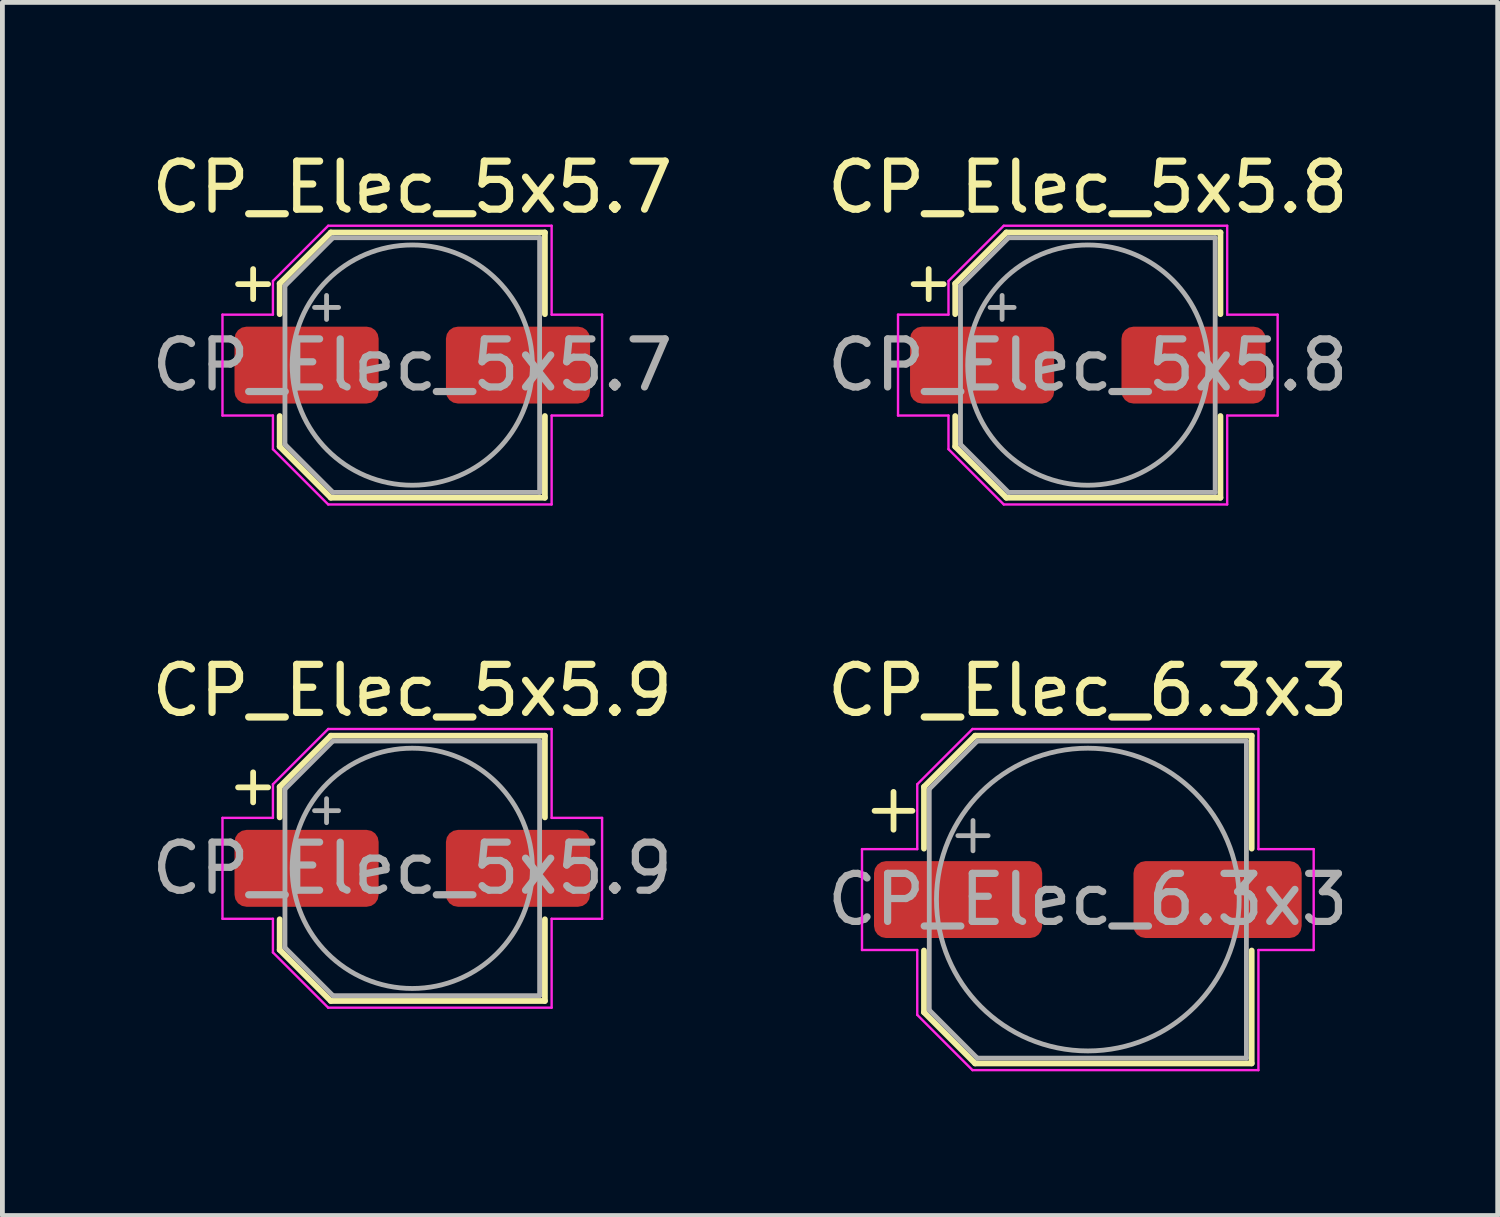
<source format=kicad_pcb>
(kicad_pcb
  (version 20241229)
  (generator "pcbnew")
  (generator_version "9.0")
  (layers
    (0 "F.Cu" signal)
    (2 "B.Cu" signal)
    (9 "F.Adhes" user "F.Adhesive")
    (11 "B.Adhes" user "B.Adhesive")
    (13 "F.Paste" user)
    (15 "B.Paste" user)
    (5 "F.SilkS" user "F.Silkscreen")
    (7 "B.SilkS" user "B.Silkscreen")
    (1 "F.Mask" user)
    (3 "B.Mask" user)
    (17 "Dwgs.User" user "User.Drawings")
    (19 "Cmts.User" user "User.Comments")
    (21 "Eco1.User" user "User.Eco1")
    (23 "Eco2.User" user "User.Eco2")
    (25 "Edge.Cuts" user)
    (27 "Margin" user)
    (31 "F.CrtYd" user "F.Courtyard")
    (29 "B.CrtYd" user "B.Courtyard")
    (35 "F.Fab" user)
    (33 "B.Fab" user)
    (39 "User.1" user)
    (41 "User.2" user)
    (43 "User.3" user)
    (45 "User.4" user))
  (footprint "CP_Elec_5x5.9"
    (layer "F.Cu")
    (at 5.53 15.021)
    (property "Reference" "CP_Elec_5x5.9" (at 0 -3.7 0) (layer "F.SilkS") (effects (font (size 1 1) (thickness 0.15))))
    (attr smd)
    (fp_line (start -3.625 -1.685) (end -3 -1.685) (stroke (width 0.12) (type solid)) (layer "F.SilkS"))
    (fp_line (start -3.312 -1.998) (end -3.312 -1.373) (stroke (width 0.12) (type solid)) (layer "F.SilkS"))
    (fp_line (start -2.76 -1.696) (end -2.76 -1.06) (stroke (width 0.12) (type solid)) (layer "F.SilkS"))
    (fp_line (start -2.76 -1.696) (end -1.696 -2.76) (stroke (width 0.12) (type solid)) (layer "F.SilkS"))
    (fp_line (start -2.76 1.696) (end -2.76 1.06) (stroke (width 0.12) (type solid)) (layer "F.SilkS"))
    (fp_line (start -2.76 1.696) (end -1.696 2.76) (stroke (width 0.12) (type solid)) (layer "F.SilkS"))
    (fp_line (start -1.696 -2.76) (end 2.76 -2.76) (stroke (width 0.12) (type solid)) (layer "F.SilkS"))
    (fp_line (start -1.696 2.76) (end 2.76 2.76) (stroke (width 0.12) (type solid)) (layer "F.SilkS"))
    (fp_line (start 2.76 -2.76) (end 2.76 -1.06) (stroke (width 0.12) (type solid)) (layer "F.SilkS"))
    (fp_line (start 2.76 2.76) (end 2.76 1.06) (stroke (width 0.12) (type solid)) (layer "F.SilkS"))
    (fp_line (start -3.95 -1.05) (end -3.95 1.05) (stroke (width 0.05) (type solid)) (layer "F.CrtYd"))
    (fp_line (start -3.95 1.05) (end -2.9 1.05) (stroke (width 0.05) (type solid)) (layer "F.CrtYd"))
    (fp_line (start -2.9 -1.75) (end -2.9 -1.05) (stroke (width 0.05) (type solid)) (layer "F.CrtYd"))
    (fp_line (start -2.9 -1.75) (end -1.75 -2.9) (stroke (width 0.05) (type solid)) (layer "F.CrtYd"))
    (fp_line (start -2.9 -1.05) (end -3.95 -1.05) (stroke (width 0.05) (type solid)) (layer "F.CrtYd"))
    (fp_line (start -2.9 1.05) (end -2.9 1.75) (stroke (width 0.05) (type solid)) (layer "F.CrtYd"))
    (fp_line (start -2.9 1.75) (end -1.75 2.9) (stroke (width 0.05) (type solid)) (layer "F.CrtYd"))
    (fp_line (start -1.75 -2.9) (end 2.9 -2.9) (stroke (width 0.05) (type solid)) (layer "F.CrtYd"))
    (fp_line (start -1.75 2.9) (end 2.9 2.9) (stroke (width 0.05) (type solid)) (layer "F.CrtYd"))
    (fp_line (start 2.9 -2.9) (end 2.9 -1.05) (stroke (width 0.05) (type solid)) (layer "F.CrtYd"))
    (fp_line (start 2.9 -1.05) (end 3.95 -1.05) (stroke (width 0.05) (type solid)) (layer "F.CrtYd"))
    (fp_line (start 2.9 1.05) (end 2.9 2.9) (stroke (width 0.05) (type solid)) (layer "F.CrtYd"))
    (fp_line (start 3.95 -1.05) (end 3.95 1.05) (stroke (width 0.05) (type solid)) (layer "F.CrtYd"))
    (fp_line (start 3.95 1.05) (end 2.9 1.05) (stroke (width 0.05) (type solid)) (layer "F.CrtYd"))
    (fp_line (start -2.65 -1.65) (end -2.65 1.65) (stroke (width 0.1) (type solid)) (layer "F.Fab"))
    (fp_line (start -2.65 -1.65) (end -1.65 -2.65) (stroke (width 0.1) (type solid)) (layer "F.Fab"))
    (fp_line (start -2.65 1.65) (end -1.65 2.65) (stroke (width 0.1) (type solid)) (layer "F.Fab"))
    (fp_line (start -2.034 -1.2) (end -1.534 -1.2) (stroke (width 0.1) (type solid)) (layer "F.Fab"))
    (fp_line (start -1.784 -1.45) (end -1.784 -0.95) (stroke (width 0.1) (type solid)) (layer "F.Fab"))
    (fp_line (start -1.65 -2.65) (end 2.65 -2.65) (stroke (width 0.1) (type solid)) (layer "F.Fab"))
    (fp_line (start -1.65 2.65) (end 2.65 2.65) (stroke (width 0.1) (type solid)) (layer "F.Fab"))
    (fp_line (start 2.65 -2.65) (end 2.65 2.65) (stroke (width 0.1) (type solid)) (layer "F.Fab"))
    (fp_circle (center 0 0) (end 2.5 0) (stroke (width 0.1) (type solid)) (fill no) (layer "F.Fab"))
    (fp_text user "${REFERENCE}" (at 0 0 0) (layer "F.Fab") (effects (font (size 1 1) (thickness 0.15))))
    (pad "1" smd roundrect (at -2.2 0) (size 3 1.6) (layers "F.Cu" "F.Mask" "F.Paste") (roundrect_rratio 0.156))
    (pad "2" smd roundrect (at 2.2 0) (size 3 1.6) (layers "F.Cu" "F.Mask" "F.Paste") (roundrect_rratio 0.156)))
  (footprint "CP_Elec_5x5.7"
    (layer "F.Cu")
    (at 5.53 4.548)
    (property "Reference" "CP_Elec_5x5.7" (at 0 -3.7 0) (layer "F.SilkS") (effects (font (size 1 1) (thickness 0.15))))
    (attr smd)
    (fp_line (start -3.625 -1.685) (end -3 -1.685) (stroke (width 0.12) (type solid)) (layer "F.SilkS"))
    (fp_line (start -3.312 -1.998) (end -3.312 -1.373) (stroke (width 0.12) (type solid)) (layer "F.SilkS"))
    (fp_line (start -2.76 -1.696) (end -2.76 -1.06) (stroke (width 0.12) (type solid)) (layer "F.SilkS"))
    (fp_line (start -2.76 -1.696) (end -1.696 -2.76) (stroke (width 0.12) (type solid)) (layer "F.SilkS"))
    (fp_line (start -2.76 1.696) (end -2.76 1.06) (stroke (width 0.12) (type solid)) (layer "F.SilkS"))
    (fp_line (start -2.76 1.696) (end -1.696 2.76) (stroke (width 0.12) (type solid)) (layer "F.SilkS"))
    (fp_line (start -1.696 -2.76) (end 2.76 -2.76) (stroke (width 0.12) (type solid)) (layer "F.SilkS"))
    (fp_line (start -1.696 2.76) (end 2.76 2.76) (stroke (width 0.12) (type solid)) (layer "F.SilkS"))
    (fp_line (start 2.76 -2.76) (end 2.76 -1.06) (stroke (width 0.12) (type solid)) (layer "F.SilkS"))
    (fp_line (start 2.76 2.76) (end 2.76 1.06) (stroke (width 0.12) (type solid)) (layer "F.SilkS"))
    (fp_line (start -3.95 -1.05) (end -3.95 1.05) (stroke (width 0.05) (type solid)) (layer "F.CrtYd"))
    (fp_line (start -3.95 1.05) (end -2.9 1.05) (stroke (width 0.05) (type solid)) (layer "F.CrtYd"))
    (fp_line (start -2.9 -1.75) (end -2.9 -1.05) (stroke (width 0.05) (type solid)) (layer "F.CrtYd"))
    (fp_line (start -2.9 -1.75) (end -1.75 -2.9) (stroke (width 0.05) (type solid)) (layer "F.CrtYd"))
    (fp_line (start -2.9 -1.05) (end -3.95 -1.05) (stroke (width 0.05) (type solid)) (layer "F.CrtYd"))
    (fp_line (start -2.9 1.05) (end -2.9 1.75) (stroke (width 0.05) (type solid)) (layer "F.CrtYd"))
    (fp_line (start -2.9 1.75) (end -1.75 2.9) (stroke (width 0.05) (type solid)) (layer "F.CrtYd"))
    (fp_line (start -1.75 -2.9) (end 2.9 -2.9) (stroke (width 0.05) (type solid)) (layer "F.CrtYd"))
    (fp_line (start -1.75 2.9) (end 2.9 2.9) (stroke (width 0.05) (type solid)) (layer "F.CrtYd"))
    (fp_line (start 2.9 -2.9) (end 2.9 -1.05) (stroke (width 0.05) (type solid)) (layer "F.CrtYd"))
    (fp_line (start 2.9 -1.05) (end 3.95 -1.05) (stroke (width 0.05) (type solid)) (layer "F.CrtYd"))
    (fp_line (start 2.9 1.05) (end 2.9 2.9) (stroke (width 0.05) (type solid)) (layer "F.CrtYd"))
    (fp_line (start 3.95 -1.05) (end 3.95 1.05) (stroke (width 0.05) (type solid)) (layer "F.CrtYd"))
    (fp_line (start 3.95 1.05) (end 2.9 1.05) (stroke (width 0.05) (type solid)) (layer "F.CrtYd"))
    (fp_line (start -2.65 -1.65) (end -2.65 1.65) (stroke (width 0.1) (type solid)) (layer "F.Fab"))
    (fp_line (start -2.65 -1.65) (end -1.65 -2.65) (stroke (width 0.1) (type solid)) (layer "F.Fab"))
    (fp_line (start -2.65 1.65) (end -1.65 2.65) (stroke (width 0.1) (type solid)) (layer "F.Fab"))
    (fp_line (start -2.034 -1.2) (end -1.534 -1.2) (stroke (width 0.1) (type solid)) (layer "F.Fab"))
    (fp_line (start -1.784 -1.45) (end -1.784 -0.95) (stroke (width 0.1) (type solid)) (layer "F.Fab"))
    (fp_line (start -1.65 -2.65) (end 2.65 -2.65) (stroke (width 0.1) (type solid)) (layer "F.Fab"))
    (fp_line (start -1.65 2.65) (end 2.65 2.65) (stroke (width 0.1) (type solid)) (layer "F.Fab"))
    (fp_line (start 2.65 -2.65) (end 2.65 2.65) (stroke (width 0.1) (type solid)) (layer "F.Fab"))
    (fp_circle (center 0 0) (end 2.5 0) (stroke (width 0.1) (type solid)) (fill no) (layer "F.Fab"))
    (fp_text user "${REFERENCE}" (at 0 0 0) (layer "F.Fab") (effects (font (size 1 1) (thickness 0.15))))
    (pad "1" smd roundrect (at -2.2 0) (size 3 1.6) (layers "F.Cu" "F.Mask" "F.Paste") (roundrect_rratio 0.156))
    (pad "2" smd roundrect (at 2.2 0) (size 3 1.6) (layers "F.Cu" "F.Mask" "F.Paste") (roundrect_rratio 0.156)))
  (footprint "CP_Elec_5x5.8"
    (layer "F.Cu")
    (at 19.589 4.548)
    (property "Reference" "CP_Elec_5x5.8" (at 0 -3.7 0) (layer "F.SilkS") (effects (font (size 1 1) (thickness 0.15))))
    (attr smd)
    (fp_line (start -3.625 -1.685) (end -3 -1.685) (stroke (width 0.12) (type solid)) (layer "F.SilkS"))
    (fp_line (start -3.312 -1.998) (end -3.312 -1.373) (stroke (width 0.12) (type solid)) (layer "F.SilkS"))
    (fp_line (start -2.76 -1.696) (end -2.76 -1.06) (stroke (width 0.12) (type solid)) (layer "F.SilkS"))
    (fp_line (start -2.76 -1.696) (end -1.696 -2.76) (stroke (width 0.12) (type solid)) (layer "F.SilkS"))
    (fp_line (start -2.76 1.696) (end -2.76 1.06) (stroke (width 0.12) (type solid)) (layer "F.SilkS"))
    (fp_line (start -2.76 1.696) (end -1.696 2.76) (stroke (width 0.12) (type solid)) (layer "F.SilkS"))
    (fp_line (start -1.696 -2.76) (end 2.76 -2.76) (stroke (width 0.12) (type solid)) (layer "F.SilkS"))
    (fp_line (start -1.696 2.76) (end 2.76 2.76) (stroke (width 0.12) (type solid)) (layer "F.SilkS"))
    (fp_line (start 2.76 -2.76) (end 2.76 -1.06) (stroke (width 0.12) (type solid)) (layer "F.SilkS"))
    (fp_line (start 2.76 2.76) (end 2.76 1.06) (stroke (width 0.12) (type solid)) (layer "F.SilkS"))
    (fp_line (start -3.95 -1.05) (end -3.95 1.05) (stroke (width 0.05) (type solid)) (layer "F.CrtYd"))
    (fp_line (start -3.95 1.05) (end -2.9 1.05) (stroke (width 0.05) (type solid)) (layer "F.CrtYd"))
    (fp_line (start -2.9 -1.75) (end -2.9 -1.05) (stroke (width 0.05) (type solid)) (layer "F.CrtYd"))
    (fp_line (start -2.9 -1.75) (end -1.75 -2.9) (stroke (width 0.05) (type solid)) (layer "F.CrtYd"))
    (fp_line (start -2.9 -1.05) (end -3.95 -1.05) (stroke (width 0.05) (type solid)) (layer "F.CrtYd"))
    (fp_line (start -2.9 1.05) (end -2.9 1.75) (stroke (width 0.05) (type solid)) (layer "F.CrtYd"))
    (fp_line (start -2.9 1.75) (end -1.75 2.9) (stroke (width 0.05) (type solid)) (layer "F.CrtYd"))
    (fp_line (start -1.75 -2.9) (end 2.9 -2.9) (stroke (width 0.05) (type solid)) (layer "F.CrtYd"))
    (fp_line (start -1.75 2.9) (end 2.9 2.9) (stroke (width 0.05) (type solid)) (layer "F.CrtYd"))
    (fp_line (start 2.9 -2.9) (end 2.9 -1.05) (stroke (width 0.05) (type solid)) (layer "F.CrtYd"))
    (fp_line (start 2.9 -1.05) (end 3.95 -1.05) (stroke (width 0.05) (type solid)) (layer "F.CrtYd"))
    (fp_line (start 2.9 1.05) (end 2.9 2.9) (stroke (width 0.05) (type solid)) (layer "F.CrtYd"))
    (fp_line (start 3.95 -1.05) (end 3.95 1.05) (stroke (width 0.05) (type solid)) (layer "F.CrtYd"))
    (fp_line (start 3.95 1.05) (end 2.9 1.05) (stroke (width 0.05) (type solid)) (layer "F.CrtYd"))
    (fp_line (start -2.65 -1.65) (end -2.65 1.65) (stroke (width 0.1) (type solid)) (layer "F.Fab"))
    (fp_line (start -2.65 -1.65) (end -1.65 -2.65) (stroke (width 0.1) (type solid)) (layer "F.Fab"))
    (fp_line (start -2.65 1.65) (end -1.65 2.65) (stroke (width 0.1) (type solid)) (layer "F.Fab"))
    (fp_line (start -2.034 -1.2) (end -1.534 -1.2) (stroke (width 0.1) (type solid)) (layer "F.Fab"))
    (fp_line (start -1.784 -1.45) (end -1.784 -0.95) (stroke (width 0.1) (type solid)) (layer "F.Fab"))
    (fp_line (start -1.65 -2.65) (end 2.65 -2.65) (stroke (width 0.1) (type solid)) (layer "F.Fab"))
    (fp_line (start -1.65 2.65) (end 2.65 2.65) (stroke (width 0.1) (type solid)) (layer "F.Fab"))
    (fp_line (start 2.65 -2.65) (end 2.65 2.65) (stroke (width 0.1) (type solid)) (layer "F.Fab"))
    (fp_circle (center 0 0) (end 2.5 0) (stroke (width 0.1) (type solid)) (fill no) (layer "F.Fab"))
    (fp_text user "${REFERENCE}" (at 0 0 0) (layer "F.Fab") (effects (font (size 1 1) (thickness 0.15))))
    (pad "1" smd roundrect (at -2.2 0) (size 3 1.6) (layers "F.Cu" "F.Mask" "F.Paste") (roundrect_rratio 0.156))
    (pad "2" smd roundrect (at 2.2 0) (size 3 1.6) (layers "F.Cu" "F.Mask" "F.Paste") (roundrect_rratio 0.156)))
  (footprint "CP_Elec_6.3x3"
    (layer "F.Cu")
    (at 19.589 15.671)
    (property "Reference" "CP_Elec_6.3x3" (at 0 -4.35 0) (layer "F.SilkS") (effects (font (size 1 1) (thickness 0.15))))
    (attr smd)
    (fp_line (start -4.438 -1.847) (end -3.65 -1.847) (stroke (width 0.12) (type solid)) (layer "F.SilkS"))
    (fp_line (start -4.044 -2.241) (end -4.044 -1.454) (stroke (width 0.12) (type solid)) (layer "F.SilkS"))
    (fp_line (start -3.41 -2.346) (end -3.41 -1.06) (stroke (width 0.12) (type solid)) (layer "F.SilkS"))
    (fp_line (start -3.41 -2.346) (end -2.346 -3.41) (stroke (width 0.12) (type solid)) (layer "F.SilkS"))
    (fp_line (start -3.41 2.346) (end -3.41 1.06) (stroke (width 0.12) (type solid)) (layer "F.SilkS"))
    (fp_line (start -3.41 2.346) (end -2.346 3.41) (stroke (width 0.12) (type solid)) (layer "F.SilkS"))
    (fp_line (start -2.346 -3.41) (end 3.41 -3.41) (stroke (width 0.12) (type solid)) (layer "F.SilkS"))
    (fp_line (start -2.346 3.41) (end 3.41 3.41) (stroke (width 0.12) (type solid)) (layer "F.SilkS"))
    (fp_line (start 3.41 -3.41) (end 3.41 -1.06) (stroke (width 0.12) (type solid)) (layer "F.SilkS"))
    (fp_line (start 3.41 3.41) (end 3.41 1.06) (stroke (width 0.12) (type solid)) (layer "F.SilkS"))
    (fp_line (start -4.7 -1.05) (end -4.7 1.05) (stroke (width 0.05) (type solid)) (layer "F.CrtYd"))
    (fp_line (start -4.7 1.05) (end -3.55 1.05) (stroke (width 0.05) (type solid)) (layer "F.CrtYd"))
    (fp_line (start -3.55 -2.4) (end -3.55 -1.05) (stroke (width 0.05) (type solid)) (layer "F.CrtYd"))
    (fp_line (start -3.55 -2.4) (end -2.4 -3.55) (stroke (width 0.05) (type solid)) (layer "F.CrtYd"))
    (fp_line (start -3.55 -1.05) (end -4.7 -1.05) (stroke (width 0.05) (type solid)) (layer "F.CrtYd"))
    (fp_line (start -3.55 1.05) (end -3.55 2.4) (stroke (width 0.05) (type solid)) (layer "F.CrtYd"))
    (fp_line (start -3.55 2.4) (end -2.4 3.55) (stroke (width 0.05) (type solid)) (layer "F.CrtYd"))
    (fp_line (start -2.4 -3.55) (end 3.55 -3.55) (stroke (width 0.05) (type solid)) (layer "F.CrtYd"))
    (fp_line (start -2.4 3.55) (end 3.55 3.55) (stroke (width 0.05) (type solid)) (layer "F.CrtYd"))
    (fp_line (start 3.55 -3.55) (end 3.55 -1.05) (stroke (width 0.05) (type solid)) (layer "F.CrtYd"))
    (fp_line (start 3.55 -1.05) (end 4.7 -1.05) (stroke (width 0.05) (type solid)) (layer "F.CrtYd"))
    (fp_line (start 3.55 1.05) (end 3.55 3.55) (stroke (width 0.05) (type solid)) (layer "F.CrtYd"))
    (fp_line (start 4.7 -1.05) (end 4.7 1.05) (stroke (width 0.05) (type solid)) (layer "F.CrtYd"))
    (fp_line (start 4.7 1.05) (end 3.55 1.05) (stroke (width 0.05) (type solid)) (layer "F.CrtYd"))
    (fp_line (start -3.3 -2.3) (end -3.3 2.3) (stroke (width 0.1) (type solid)) (layer "F.Fab"))
    (fp_line (start -3.3 -2.3) (end -2.3 -3.3) (stroke (width 0.1) (type solid)) (layer "F.Fab"))
    (fp_line (start -3.3 2.3) (end -2.3 3.3) (stroke (width 0.1) (type solid)) (layer "F.Fab"))
    (fp_line (start -2.705 -1.33) (end -2.075 -1.33) (stroke (width 0.1) (type solid)) (layer "F.Fab"))
    (fp_line (start -2.39 -1.645) (end -2.39 -1.015) (stroke (width 0.1) (type solid)) (layer "F.Fab"))
    (fp_line (start -2.3 -3.3) (end 3.3 -3.3) (stroke (width 0.1) (type solid)) (layer "F.Fab"))
    (fp_line (start -2.3 3.3) (end 3.3 3.3) (stroke (width 0.1) (type solid)) (layer "F.Fab"))
    (fp_line (start 3.3 -3.3) (end 3.3 3.3) (stroke (width 0.1) (type solid)) (layer "F.Fab"))
    (fp_circle (center 0 0) (end 3.15 0) (stroke (width 0.1) (type solid)) (fill no) (layer "F.Fab"))
    (fp_text user "${REFERENCE}" (at 0 0 0) (layer "F.Fab") (effects (font (size 1 1) (thickness 0.15))))
    (pad "1" smd roundrect (at -2.7 0) (size 3.5 1.6) (layers "F.Cu" "F.Mask" "F.Paste") (roundrect_rratio 0.156))
    (pad "2" smd roundrect (at 2.7 0) (size 3.5 1.6) (layers "F.Cu" "F.Mask" "F.Paste") (roundrect_rratio 0.156)))
  (gr_rect
    (start -3 -3)
    (end 28.119 22.247)
    (stroke (width 0.1) (type default))
    (fill no)
    (layer "Edge.Cuts")))
</source>
